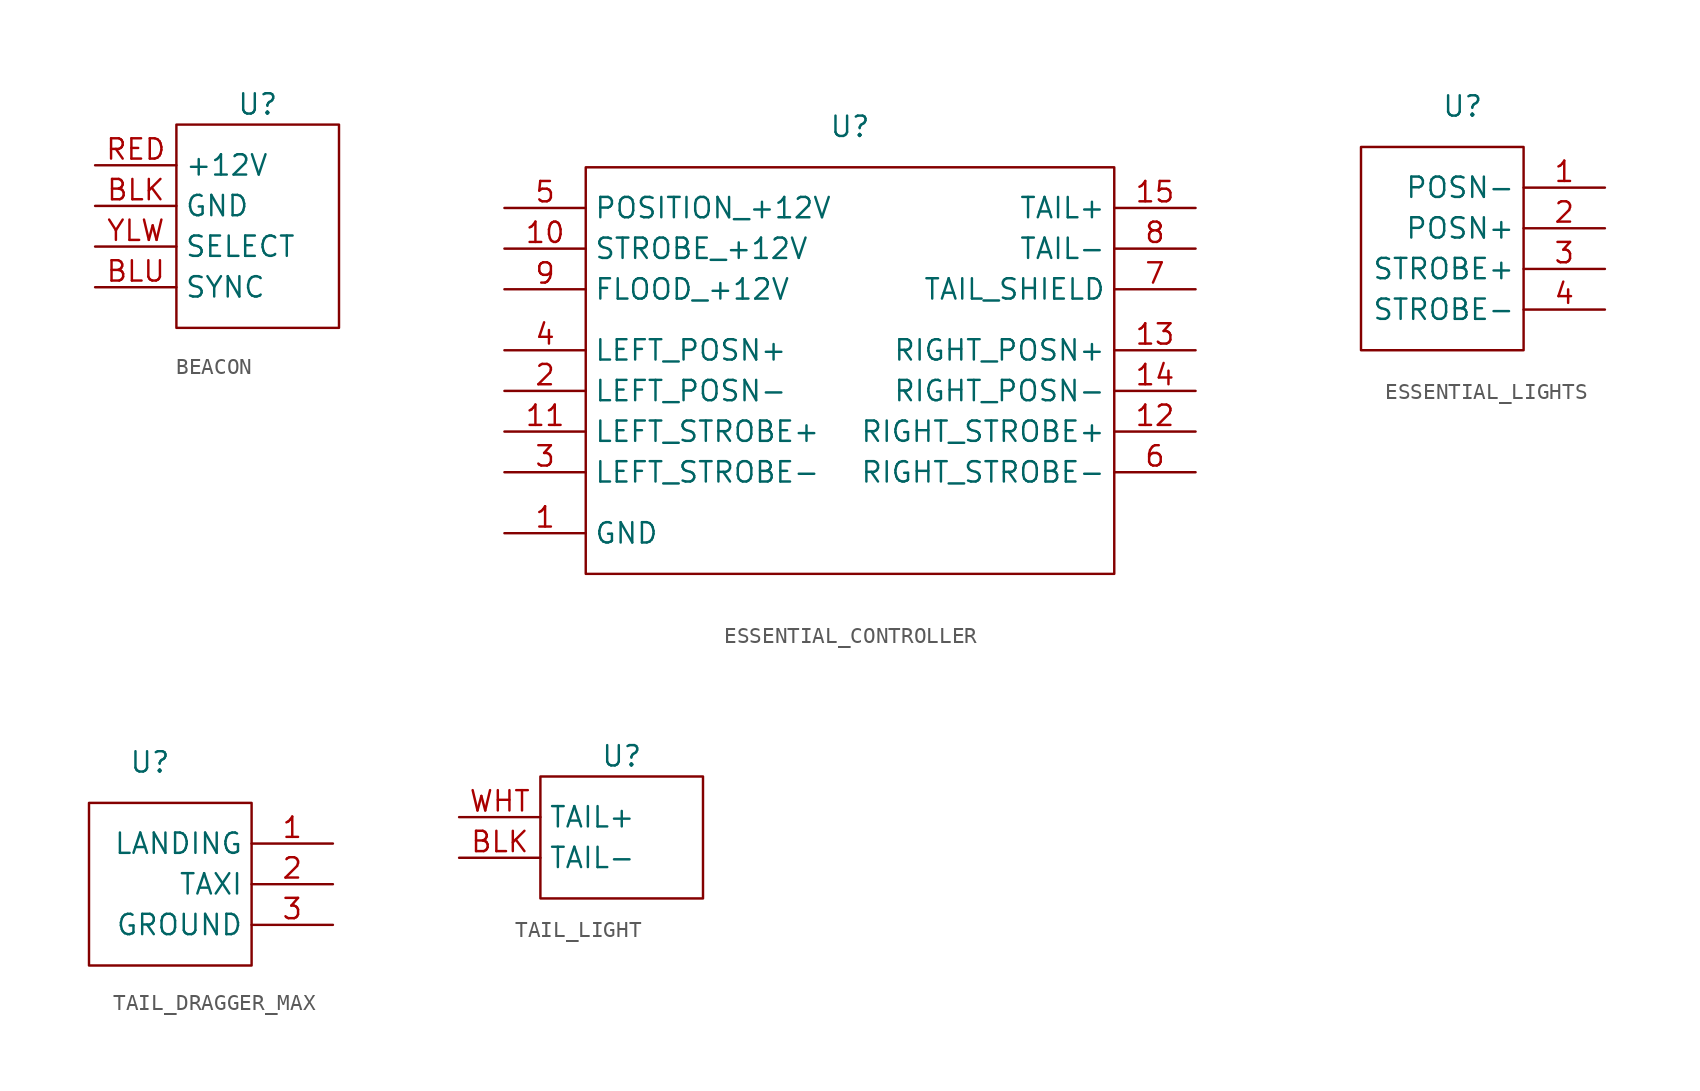
<source format=kicad_sym>
(kicad_symbol_lib
  (version 20241209)
  (generator "kicad_symbol_editor")
  (generator_version "9.0")
  (symbol "BEACON"
    (property "Reference" "U"
      (at 0 0 0)
      (effects (font (size 1.27 1.27))))
    (property "Value" ""
      (at 0 0 0)
      (effects (font (size 1.27 1.27))))
    (symbol "BEACON_0_1"
      (rectangle (start -5.08 -1.27) (end 5.08 -13.97) (stroke (width 0) (type default)) (fill (type none))))
    (symbol "BEACON_1_0"
      (pin unspecified line (at -10.16 -3.81 0) (length 5.08) (name "+12V" (effects (font (size 1.27 1.27)))) (number "RED" (effects (font (size 1.27 1.27)))))
      (pin unspecified line (at -10.16 -6.35 0) (length 5.08) (name "GND" (effects (font (size 1.27 1.27)))) (number "BLK" (effects (font (size 1.27 1.27)))))
      (pin unspecified line (at -10.16 -8.89 0) (length 5.08) (name "SELECT" (effects (font (size 1.27 1.27)))) (number "YLW" (effects (font (size 1.27 1.27)))))
      (pin unspecified line (at -10.16 -11.43 0) (length 5.08) (name "SYNC" (effects (font (size 1.27 1.27)))) (number "BLU" (effects (font (size 1.27 1.27)))))))
  (symbol "ESSENTIAL_CONTROLLER"
    (property "Reference" "U"
      (at 0 0 0)
      (effects (font (size 1.27 1.27))))
    (property "Value" ""
      (at 0 0 0)
      (effects (font (size 1.27 1.27))))
    (symbol "ESSENTIAL_CONTROLLER_0_1"
      (rectangle (start -16.51 -2.54) (end 16.51 -27.94) (stroke (width 0) (type default)) (fill (type none))))
    (symbol "ESSENTIAL_CONTROLLER_1_0"
      (pin unspecified line (at -21.59 -5.08 0) (length 5.08) (name "POSITION_+12V" (effects (font (size 1.27 1.27)))) (number "5" (effects (font (size 1.27 1.27)))))
      (pin unspecified line (at -21.59 -7.62 0) (length 5.08) (name "STROBE_+12V" (effects (font (size 1.27 1.27)))) (number "10" (effects (font (size 1.27 1.27)))))
      (pin unspecified line (at -21.59 -10.16 0) (length 5.08) (name "FLOOD_+12V" (effects (font (size 1.27 1.27)))) (number "9" (effects (font (size 1.27 1.27)))))
      (pin unspecified line (at -21.59 -13.97 0) (length 5.08) (name "LEFT_POSN+" (effects (font (size 1.27 1.27)))) (number "4" (effects (font (size 1.27 1.27)))))
      (pin unspecified line (at -21.59 -16.51 0) (length 5.08) (name "LEFT_POSN-" (effects (font (size 1.27 1.27)))) (number "2" (effects (font (size 1.27 1.27)))))
      (pin unspecified line (at -21.59 -19.05 0) (length 5.08) (name "LEFT_STROBE+" (effects (font (size 1.27 1.27)))) (number "11" (effects (font (size 1.27 1.27)))))
      (pin unspecified line (at -21.59 -21.59 0) (length 5.08) (name "LEFT_STROBE-" (effects (font (size 1.27 1.27)))) (number "3" (effects (font (size 1.27 1.27)))))
      (pin unspecified line (at -21.59 -25.4 0) (length 5.08) (name "GND" (effects (font (size 1.27 1.27)))) (number "1" (effects (font (size 1.27 1.27)))))
      (pin unspecified line (at 21.59 -5.08 180) (length 5.08) (name "TAIL+" (effects (font (size 1.27 1.27)))) (number "15" (effects (font (size 1.27 1.27)))))
      (pin unspecified line (at 21.59 -7.62 180) (length 5.08) (name "TAIL-" (effects (font (size 1.27 1.27)))) (number "8" (effects (font (size 1.27 1.27)))))
      (pin unspecified line (at 21.59 -10.16 180) (length 5.08) (name "TAIL_SHIELD" (effects (font (size 1.27 1.27)))) (number "7" (effects (font (size 1.27 1.27)))))
      (pin unspecified line (at 21.59 -13.97 180) (length 5.08) (name "RIGHT_POSN+" (effects (font (size 1.27 1.27)))) (number "13" (effects (font (size 1.27 1.27)))))
      (pin unspecified line (at 21.59 -16.51 180) (length 5.08) (name "RIGHT_POSN-" (effects (font (size 1.27 1.27)))) (number "14" (effects (font (size 1.27 1.27)))))
      (pin unspecified line (at 21.59 -19.05 180) (length 5.08) (name "RIGHT_STROBE+" (effects (font (size 1.27 1.27)))) (number "12" (effects (font (size 1.27 1.27)))))
      (pin unspecified line (at 21.59 -21.59 180) (length 5.08) (name "RIGHT_STROBE-" (effects (font (size 1.27 1.27)))) (number "6" (effects (font (size 1.27 1.27)))))))
  (symbol "ESSENTIAL_LIGHTS"
    (property "Reference" "U"
      (at 0 0 0)
      (effects (font (size 1.27 1.27))))
    (property "Value" ""
      (at 0 0 0)
      (effects (font (size 1.27 1.27))))
    (symbol "ESSENTIAL_LIGHTS_0_1"
      (rectangle (start -6.35 -2.54) (end 3.81 -15.24) (stroke (width 0) (type default)) (fill (type none))))
    (symbol "ESSENTIAL_LIGHTS_1_0"
      (pin unspecified line (at 8.89 -5.08 180) (length 5.08) (name "POSN-" (effects (font (size 1.27 1.27)))) (number "1" (effects (font (size 1.27 1.27)))))
      (pin unspecified line (at 8.89 -7.62 180) (length 5.08) (name "POSN+" (effects (font (size 1.27 1.27)))) (number "2" (effects (font (size 1.27 1.27)))))
      (pin unspecified line (at 8.89 -10.16 180) (length 5.08) (name "STROBE+" (effects (font (size 1.27 1.27)))) (number "3" (effects (font (size 1.27 1.27)))))
      (pin unspecified line (at 8.89 -12.7 180) (length 5.08) (name "STROBE-" (effects (font (size 1.27 1.27)))) (number "4" (effects (font (size 1.27 1.27)))))))
  (symbol "TAIL_DRAGGER_MAX"
    (property "Reference" "U"
      (at 0 0 0)
      (effects (font (size 1.27 1.27))))
    (property "Value" ""
      (at 0 0 0)
      (effects (font (size 1.27 1.27))))
    (symbol "TAIL_DRAGGER_MAX_0_1"
      (rectangle (start -3.81 -2.54) (end 6.35 -12.7) (stroke (width 0) (type default)) (fill (type none))))
    (symbol "TAIL_DRAGGER_MAX_1_0"
      (pin power_in line (at 11.43 -5.08 180) (length 5.08) (name "LANDING" (effects (font (size 1.27 1.27)))) (number "1" (effects (font (size 1.27 1.27)))))
      (pin power_in line (at 11.43 -7.62 180) (length 5.08) (name "TAXI" (effects (font (size 1.27 1.27)))) (number "2" (effects (font (size 1.27 1.27)))))
      (pin power_in line (at 11.43 -10.16 180) (length 5.08) (name "GROUND" (effects (font (size 1.27 1.27)))) (number "3" (effects (font (size 1.27 1.27)))))))
  (symbol "TAIL_LIGHT"
    (property "Reference" "U"
      (at 0 0 0)
      (effects (font (size 1.27 1.27))))
    (property "Value" ""
      (at 0 0 0)
      (effects (font (size 1.27 1.27))))
    (symbol "TAIL_LIGHT_0_1"
      (rectangle (start -5.08 -1.27) (end 5.08 -8.89) (stroke (width 0) (type default)) (fill (type none))))
    (symbol "TAIL_LIGHT_1_0"
      (pin unspecified line (at -10.16 -3.81 0) (length 5.08) (name "TAIL+" (effects (font (size 1.27 1.27)))) (number "WHT" (effects (font (size 1.27 1.27)))))
      (pin unspecified line (at -10.16 -6.35 0) (length 5.08) (name "TAIL-" (effects (font (size 1.27 1.27)))) (number "BLK" (effects (font (size 1.27 1.27))))))))
</source>
